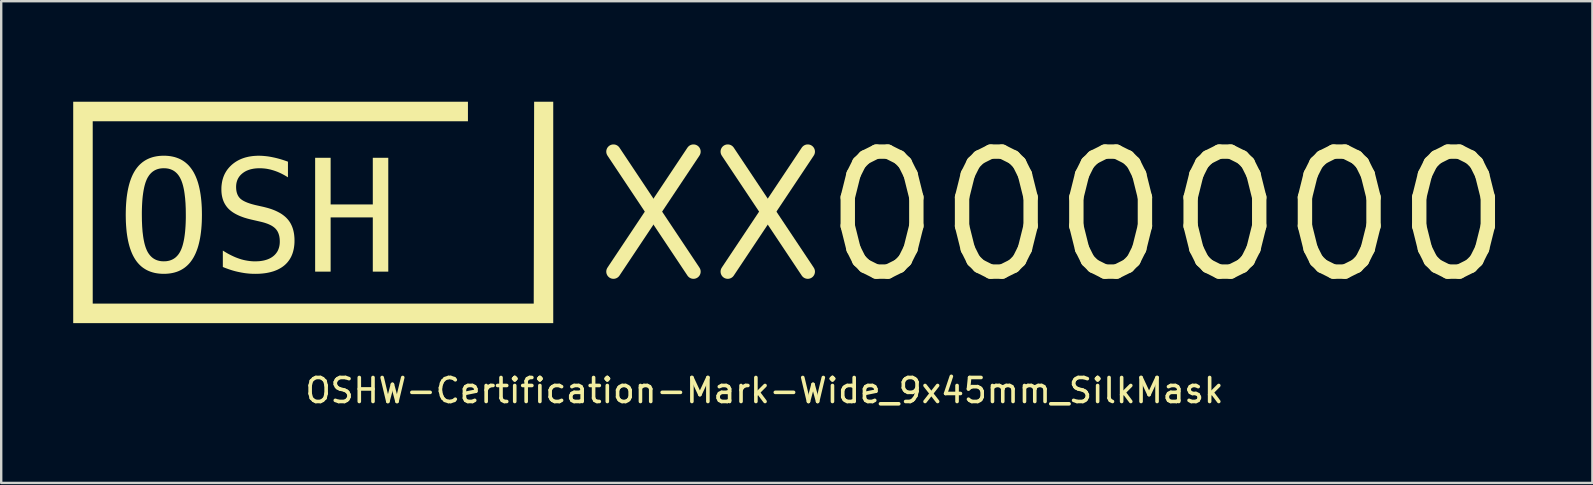
<source format=kicad_pcb>
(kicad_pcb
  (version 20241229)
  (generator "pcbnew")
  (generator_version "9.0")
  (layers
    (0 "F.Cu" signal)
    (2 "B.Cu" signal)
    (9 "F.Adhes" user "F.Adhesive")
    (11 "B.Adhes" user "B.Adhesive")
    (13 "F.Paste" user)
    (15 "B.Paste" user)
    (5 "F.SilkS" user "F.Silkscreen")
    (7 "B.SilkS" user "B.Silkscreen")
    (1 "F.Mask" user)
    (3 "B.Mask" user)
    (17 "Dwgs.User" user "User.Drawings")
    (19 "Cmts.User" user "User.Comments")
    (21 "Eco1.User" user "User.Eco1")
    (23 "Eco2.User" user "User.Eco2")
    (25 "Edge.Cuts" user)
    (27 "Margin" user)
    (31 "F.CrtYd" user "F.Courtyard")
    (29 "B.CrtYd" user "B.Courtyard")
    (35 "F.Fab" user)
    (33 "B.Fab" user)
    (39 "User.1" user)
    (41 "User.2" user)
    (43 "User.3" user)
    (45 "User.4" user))
  (footprint "OSHW-Certification-Mark-Wide_9x45mm_SilkMask"
    (layer "F.Cu")
    (at 28.8 5.385)
    (property "Reference" "OSHW-Certification-Mark-Wide_9x45mm_SilkMask" (at 0.000154 7.838 0) (unlocked yes) (layer "F.SilkS") (effects (font (size 1 1) (thickness 0.15))))
    (attr board_only exclude_from_pos_files exclude_from_bom allow_missing_courtyard)
    (fp_poly (pts (xy -12.032 2.882) (xy -12.639 2.882) (xy -13.284 0.064) (xy -13.925 2.882) (xy -14.532 2.882) (xy -15.241 -1.861) (xy -14.615 -1.861) (xy -14.161 1.989) (xy -13.62 -0.559) (xy -12.95 -0.559) (xy -12.404 1.995) (xy -10.865 -5.385) (xy -10.239 -5.385)) (stroke (width 0) (type solid)) (fill yes) (layer "F.Mask"))
    (fp_poly (pts (xy -23.437 0.515) (xy -23.437 0.515) (xy -23.437 0.515)) (stroke (width 0) (type solid)) (fill yes) (layer "F.SilkS"))
    (fp_poly (pts (xy -19.853 -1.699) (xy -19.853 -1.699) (xy -19.853 -1.699)) (stroke (width 0) (type solid)) (fill yes) (layer "F.SilkS"))
    (fp_poly (pts (xy -8.8 5.028) (xy -28.8 5.028) (xy -28.8 -4.197) (xy -12.354 -4.197) (xy -12.354 -3.383) (xy -27.987 -3.383) (xy -27.987 4.215) (xy -9.613 4.215) (xy -9.596 -4.197) (xy -8.8 -4.197)) (stroke (width 0) (type solid)) (fill yes) (layer "F.SilkS"))
    (fp_poly (pts (xy -18.075 0.083) (xy -16.318 0.083) (xy -16.318 -1.861) (xy -15.673 -1.861) (xy -15.673 2.882) (xy -16.318 2.882) (xy -16.318 0.623) (xy -18.075 0.623) (xy -18.075 2.882) (xy -18.72 2.882) (xy -18.72 -1.861) (xy -18.075 -1.861)) (stroke (width 0) (type solid)) (fill yes) (layer "F.SilkS"))
    (fp_poly (pts (xy -24.927 -1.945) (xy -24.831 -1.938) (xy -24.739 -1.926) (xy -24.65 -1.909) (xy -24.564 -1.888) (xy -24.481 -1.861) (xy -24.401 -1.83) (xy -24.325 -1.795) (xy -24.252 -1.754) (xy -24.182 -1.709) (xy -24.116 -1.659) (xy -24.052 -1.604) (xy -23.992 -1.545) (xy -23.935 -1.48) (xy -23.882 -1.411) (xy -23.831 -1.337) (xy -23.783 -1.259) (xy -23.739 -1.175) (xy -23.697 -1.086) (xy -23.659 -0.993) (xy -23.623 -0.894) (xy -23.591 -0.791) (xy -23.562 -0.683) (xy -23.536 -0.569) (xy -23.513 -0.451) (xy -23.493 -0.328) (xy -23.476 -0.2) (xy -23.462 -0.067) (xy -23.451 0.071) (xy -23.443 0.214) (xy -23.439 0.362) (xy -23.437 0.515) (xy -23.439 0.667) (xy -23.443 0.815) (xy -23.451 0.957) (xy -23.462 1.095) (xy -23.476 1.228) (xy -23.493 1.355) (xy -23.513 1.478) (xy -23.536 1.596) (xy -23.562 1.709) (xy -23.591 1.818) (xy -23.623 1.921) (xy -23.659 2.019) (xy -23.697 2.113) (xy -23.739 2.201) (xy -23.783 2.285) (xy -23.831 2.364) (xy -23.856 2.401) (xy -23.882 2.437) (xy -23.908 2.473) (xy -23.935 2.507) (xy -23.963 2.539) (xy -23.992 2.571) (xy -24.022 2.601) (xy -24.052 2.63) (xy -24.084 2.658) (xy -24.116 2.685) (xy -24.149 2.711) (xy -24.182 2.735) (xy -24.217 2.758) (xy -24.252 2.78) (xy -24.288 2.801) (xy -24.325 2.821) (xy -24.363 2.839) (xy -24.401 2.857) (xy -24.441 2.873) (xy -24.481 2.888) (xy -24.522 2.901) (xy -24.564 2.914) (xy -24.606 2.925) (xy -24.65 2.935) (xy -24.694 2.944) (xy -24.739 2.952) (xy -24.831 2.964) (xy -24.927 2.971) (xy -25.026 2.973) (xy -25.124 2.971) (xy -25.22 2.964) (xy -25.312 2.952) (xy -25.402 2.936) (xy -25.488 2.914) (xy -25.57 2.888) (xy -25.65 2.857) (xy -25.726 2.822) (xy -25.799 2.781) (xy -25.869 2.736) (xy -25.936 2.687) (xy -25.999 2.632) (xy -26.059 2.573) (xy -26.116 2.509) (xy -26.17 2.44) (xy -26.22 2.367) (xy -26.267 2.288) (xy -26.312 2.205) (xy -26.353 2.117) (xy -26.391 2.023) (xy -26.426 1.925) (xy -26.458 1.822) (xy -26.487 1.714) (xy -26.513 1.6) (xy -26.536 1.482) (xy -26.556 1.359) (xy -26.573 1.231) (xy -26.586 1.097) (xy -26.597 0.959) (xy -26.605 0.816) (xy -26.609 0.668) (xy -26.611 0.515) (xy -25.94 0.515) (xy -25.937 0.766) (xy -25.927 0.999) (xy -25.911 1.213) (xy -25.887 1.408) (xy -25.873 1.499) (xy -25.857 1.585) (xy -25.84 1.667) (xy -25.821 1.744) (xy -25.8 1.816) (xy -25.778 1.883) (xy -25.753 1.946) (xy -25.728 2.005) (xy -25.7 2.059) (xy -25.685 2.085) (xy -25.669 2.11) (xy -25.654 2.134) (xy -25.637 2.157) (xy -25.62 2.179) (xy -25.603 2.201) (xy -25.585 2.221) (xy -25.566 2.241) (xy -25.547 2.26) (xy -25.528 2.278) (xy -25.508 2.295) (xy -25.487 2.311) (xy -25.466 2.326) (xy -25.444 2.341) (xy -25.422 2.354) (xy -25.399 2.367) (xy -25.376 2.379) (xy -25.352 2.39) (xy -25.328 2.4) (xy -25.303 2.409) (xy -25.278 2.417) (xy -25.252 2.424) (xy -25.225 2.431) (xy -25.198 2.437) (xy -25.171 2.442) (xy -25.143 2.445) (xy -25.114 2.449) (xy -25.085 2.451) (xy -25.026 2.452) (xy -24.966 2.451) (xy -24.908 2.446) (xy -24.852 2.437) (xy -24.798 2.425) (xy -24.747 2.409) (xy -24.698 2.39) (xy -24.65 2.367) (xy -24.605 2.341) (xy -24.563 2.312) (xy -24.522 2.279) (xy -24.484 2.242) (xy -24.447 2.202) (xy -24.413 2.159) (xy -24.381 2.112) (xy -24.351 2.062) (xy -24.324 2.008) (xy -24.297 1.949) (xy -24.273 1.886) (xy -24.25 1.819) (xy -24.229 1.746) (xy -24.21 1.669) (xy -24.192 1.588) (xy -24.176 1.502) (xy -24.162 1.411) (xy -24.149 1.315) (xy -24.138 1.215) (xy -24.129 1.11) (xy -24.121 1) (xy -24.115 0.886) (xy -24.111 0.767) (xy -24.108 0.643) (xy -24.108 0.515) (xy -24.111 0.263) (xy -24.121 0.03) (xy -24.138 -0.185) (xy -24.162 -0.381) (xy -24.176 -0.472) (xy -24.192 -0.558) (xy -24.21 -0.64) (xy -24.229 -0.717) (xy -24.25 -0.789) (xy -24.273 -0.857) (xy -24.297 -0.92) (xy -24.324 -0.978) (xy -24.351 -1.033) (xy -24.366 -1.058) (xy -24.381 -1.083) (xy -24.397 -1.107) (xy -24.413 -1.131) (xy -24.43 -1.153) (xy -24.447 -1.174) (xy -24.465 -1.195) (xy -24.484 -1.215) (xy -24.503 -1.233) (xy -24.522 -1.251) (xy -24.542 -1.268) (xy -24.563 -1.285) (xy -24.584 -1.3) (xy -24.605 -1.314) (xy -24.628 -1.328) (xy -24.65 -1.341) (xy -24.674 -1.352) (xy -24.698 -1.363) (xy -24.722 -1.373) (xy -24.747 -1.383) (xy -24.772 -1.391) (xy -24.798 -1.398) (xy -24.825 -1.405) (xy -24.852 -1.411) (xy -24.879 -1.415) (xy -24.908 -1.419) (xy -24.936 -1.422) (xy -24.966 -1.424) (xy -25.026 -1.426) (xy -25.085 -1.424) (xy -25.143 -1.419) (xy -25.198 -1.411) (xy -25.252 -1.398) (xy -25.303 -1.383) (xy -25.352 -1.363) (xy -25.399 -1.341) (xy -25.444 -1.314) (xy -25.487 -1.285) (xy -25.528 -1.251) (xy -25.566 -1.215) (xy -25.603 -1.174) (xy -25.637 -1.131) (xy -25.669 -1.083) (xy -25.7 -1.033) (xy -25.728 -0.978) (xy -25.753 -0.92) (xy -25.778 -0.857) (xy -25.8 -0.789) (xy -25.821 -0.717) (xy -25.84 -0.64) (xy -25.857 -0.558) (xy -25.873 -0.472) (xy -25.887 -0.381) (xy -25.9 -0.285) (xy -25.911 -0.185) (xy -25.92 -0.08) (xy -25.927 0.029) (xy -25.933 0.144) (xy -25.937 0.263) (xy -25.94 0.386) (xy -25.94 0.515) (xy -26.611 0.515) (xy -26.611 0.515) (xy -26.609 0.362) (xy -26.605 0.214) (xy -26.597 0.071) (xy -26.586 -0.067) (xy -26.573 -0.2) (xy -26.556 -0.328) (xy -26.536 -0.451) (xy -26.513 -0.569) (xy -26.487 -0.683) (xy -26.458 -0.791) (xy -26.426 -0.894) (xy -26.391 -0.993) (xy -26.353 -1.086) (xy -26.312 -1.175) (xy -26.267 -1.259) (xy -26.22 -1.337) (xy -26.195 -1.375) (xy -26.169 -1.411) (xy -26.143 -1.446) (xy -26.115 -1.48) (xy -26.087 -1.513) (xy -26.058 -1.545) (xy -26.028 -1.575) (xy -25.998 -1.604) (xy -25.966 -1.632) (xy -25.934 -1.659) (xy -25.901 -1.685) (xy -25.867 -1.709) (xy -25.833 -1.732) (xy -25.798 -1.754) (xy -25.761 -1.775) (xy -25.724 -1.795) (xy -25.687 -1.813) (xy -25.648 -1.83) (xy -25.609 -1.847) (xy -25.569 -1.861) (xy -25.528 -1.875) (xy -25.486 -1.888) (xy -25.444 -1.899) (xy -25.4 -1.909) (xy -25.312 -1.926) (xy -25.219 -1.938) (xy -25.124 -1.945) (xy -25.026 -1.947)) (stroke (width 0) (type solid)) (fill yes) (layer "F.SilkS"))
    (fp_poly (pts (xy -20.995 -1.945) (xy -20.925 -1.942) (xy -20.854 -1.937) (xy -20.783 -1.93) (xy -20.711 -1.922) (xy -20.637 -1.911) (xy -20.563 -1.898) (xy -20.488 -1.883) (xy -20.412 -1.867) (xy -20.335 -1.849) (xy -20.258 -1.829) (xy -20.179 -1.807) (xy -20.099 -1.783) (xy -20.018 -1.757) (xy -19.936 -1.729) (xy -19.853 -1.699) (xy -19.853 -1.047) (xy -19.926 -1.093) (xy -19.999 -1.135) (xy -20.073 -1.175) (xy -20.146 -1.212) (xy -20.22 -1.246) (xy -20.293 -1.277) (xy -20.367 -1.305) (xy -20.441 -1.33) (xy -20.514 -1.352) (xy -20.587 -1.372) (xy -20.661 -1.388) (xy -20.734 -1.402) (xy -20.808 -1.412) (xy -20.883 -1.419) (xy -20.957 -1.424) (xy -21.032 -1.425) (xy -21.088 -1.425) (xy -21.142 -1.422) (xy -21.195 -1.418) (xy -21.247 -1.412) (xy -21.297 -1.405) (xy -21.345 -1.395) (xy -21.393 -1.385) (xy -21.438 -1.372) (xy -21.482 -1.358) (xy -21.525 -1.342) (xy -21.566 -1.325) (xy -21.606 -1.306) (xy -21.644 -1.285) (xy -21.681 -1.262) (xy -21.716 -1.238) (xy -21.749 -1.213) (xy -21.781 -1.186) (xy -21.811 -1.158) (xy -21.839 -1.129) (xy -21.865 -1.098) (xy -21.889 -1.067) (xy -21.91 -1.034) (xy -21.93 -1.001) (xy -21.947 -0.966) (xy -21.963 -0.929) (xy -21.976 -0.892) (xy -21.987 -0.854) (xy -21.997 -0.814) (xy -22.004 -0.773) (xy -22.009 -0.731) (xy -22.012 -0.688) (xy -22.013 -0.644) (xy -22.012 -0.605) (xy -22.01 -0.568) (xy -22.007 -0.531) (xy -22.002 -0.496) (xy -21.996 -0.462) (xy -21.989 -0.429) (xy -21.98 -0.397) (xy -21.97 -0.367) (xy -21.959 -0.337) (xy -21.946 -0.309) (xy -21.932 -0.282) (xy -21.917 -0.256) (xy -21.9 -0.231) (xy -21.882 -0.208) (xy -21.862 -0.185) (xy -21.842 -0.164) (xy -21.819 -0.144) (xy -21.793 -0.124) (xy -21.766 -0.104) (xy -21.736 -0.085) (xy -21.703 -0.066) (xy -21.669 -0.048) (xy -21.632 -0.03) (xy -21.592 -0.013) (xy -21.551 0.005) (xy -21.507 0.021) (xy -21.46 0.037) (xy -21.412 0.053) (xy -21.361 0.069) (xy -21.307 0.083) (xy -21.252 0.098) (xy -21.194 0.112) (xy -20.857 0.188) (xy -20.775 0.209) (xy -20.696 0.23) (xy -20.619 0.253) (xy -20.546 0.277) (xy -20.475 0.303) (xy -20.407 0.33) (xy -20.342 0.359) (xy -20.28 0.389) (xy -20.221 0.42) (xy -20.164 0.452) (xy -20.111 0.486) (xy -20.06 0.522) (xy -20.012 0.559) (xy -19.967 0.597) (xy -19.924 0.637) (xy -19.885 0.678) (xy -19.848 0.72) (xy -19.813 0.765) (xy -19.781 0.811) (xy -19.751 0.859) (xy -19.724 0.91) (xy -19.699 0.962) (xy -19.676 1.016) (xy -19.656 1.071) (xy -19.638 1.129) (xy -19.623 1.189) (xy -19.61 1.25) (xy -19.599 1.314) (xy -19.591 1.379) (xy -19.585 1.446) (xy -19.581 1.515) (xy -19.58 1.586) (xy -19.581 1.669) (xy -19.586 1.75) (xy -19.595 1.829) (xy -19.606 1.904) (xy -19.621 1.978) (xy -19.639 2.048) (xy -19.66 2.117) (xy -19.685 2.183) (xy -19.712 2.246) (xy -19.744 2.307) (xy -19.778 2.365) (xy -19.816 2.421) (xy -19.857 2.474) (xy -19.901 2.525) (xy -19.948 2.573) (xy -19.999 2.619) (xy -20.053 2.662) (xy -20.11 2.702) (xy -20.17 2.739) (xy -20.233 2.774) (xy -20.298 2.806) (xy -20.367 2.835) (xy -20.439 2.862) (xy -20.514 2.885) (xy -20.591 2.906) (xy -20.672 2.924) (xy -20.756 2.94) (xy -20.843 2.952) (xy -20.932 2.962) (xy -21.025 2.969) (xy -21.12 2.973) (xy -21.219 2.974) (xy -21.302 2.973) (xy -21.386 2.97) (xy -21.47 2.964) (xy -21.553 2.956) (xy -21.637 2.946) (xy -21.721 2.933) (xy -21.805 2.918) (xy -21.889 2.901) (xy -21.973 2.883) (xy -22.058 2.862) (xy -22.142 2.839) (xy -22.227 2.813) (xy -22.311 2.785) (xy -22.396 2.755) (xy -22.481 2.723) (xy -22.566 2.688) (xy -22.566 2.005) (xy -22.475 2.061) (xy -22.386 2.114) (xy -22.298 2.162) (xy -22.211 2.206) (xy -22.125 2.247) (xy -22.041 2.284) (xy -21.958 2.316) (xy -21.877 2.345) (xy -21.795 2.371) (xy -21.713 2.393) (xy -21.631 2.411) (xy -21.549 2.426) (xy -21.466 2.438) (xy -21.384 2.447) (xy -21.302 2.452) (xy -21.219 2.453) (xy -21.159 2.452) (xy -21.101 2.45) (xy -21.044 2.446) (xy -20.989 2.44) (xy -20.936 2.432) (xy -20.885 2.423) (xy -20.835 2.412) (xy -20.787 2.399) (xy -20.741 2.385) (xy -20.696 2.369) (xy -20.653 2.351) (xy -20.611 2.332) (xy -20.572 2.311) (xy -20.534 2.288) (xy -20.497 2.263) (xy -20.463 2.237) (xy -20.43 2.209) (xy -20.4 2.18) (xy -20.371 2.149) (xy -20.345 2.117) (xy -20.321 2.084) (xy -20.298 2.049) (xy -20.278 2.013) (xy -20.26 1.975) (xy -20.245 1.936) (xy -20.231 1.896) (xy -20.219 1.855) (xy -20.21 1.812) (xy -20.202 1.768) (xy -20.197 1.722) (xy -20.194 1.676) (xy -20.193 1.627) (xy -20.194 1.584) (xy -20.196 1.541) (xy -20.199 1.5) (xy -20.205 1.46) (xy -20.211 1.421) (xy -20.219 1.384) (xy -20.229 1.348) (xy -20.24 1.314) (xy -20.252 1.28) (xy -20.266 1.248) (xy -20.281 1.218) (xy -20.298 1.188) (xy -20.317 1.16) (xy -20.336 1.134) (xy -20.358 1.108) (xy -20.38 1.084) (xy -20.404 1.061) (xy -20.431 1.039) (xy -20.459 1.017) (xy -20.49 0.996) (xy -20.522 0.975) (xy -20.557 0.956) (xy -20.594 0.937) (xy -20.634 0.918) (xy -20.675 0.9) (xy -20.719 0.883) (xy -20.764 0.867) (xy -20.812 0.851) (xy -20.862 0.836) (xy -20.914 0.822) (xy -20.969 0.808) (xy -21.025 0.795) (xy -21.368 0.716) (xy -21.449 0.696) (xy -21.528 0.676) (xy -21.603 0.654) (xy -21.676 0.632) (xy -21.746 0.607) (xy -21.813 0.582) (xy -21.877 0.556) (xy -21.938 0.528) (xy -21.997 0.499) (xy -22.053 0.469) (xy -22.106 0.438) (xy -22.156 0.406) (xy -22.203 0.372) (xy -22.247 0.338) (xy -22.289 0.302) (xy -22.328 0.265) (xy -22.364 0.226) (xy -22.398 0.186) (xy -22.429 0.144) (xy -22.458 0.101) (xy -22.485 0.056) (xy -22.51 0.009) (xy -22.532 -0.039) (xy -22.552 -0.089) (xy -22.569 -0.14) (xy -22.584 -0.193) (xy -22.597 -0.248) (xy -22.608 -0.304) (xy -22.616 -0.362) (xy -22.622 -0.422) (xy -22.625 -0.483) (xy -22.626 -0.545) (xy -22.625 -0.624) (xy -22.62 -0.7) (xy -22.611 -0.775) (xy -22.6 -0.847) (xy -22.585 -0.918) (xy -22.566 -0.986) (xy -22.545 -1.053) (xy -22.52 -1.117) (xy -22.492 -1.18) (xy -22.46 -1.24) (xy -22.425 -1.299) (xy -22.387 -1.356) (xy -22.345 -1.41) (xy -22.3 -1.463) (xy -22.252 -1.513) (xy -22.201 -1.562) (xy -22.146 -1.609) (xy -22.089 -1.652) (xy -22.03 -1.693) (xy -21.969 -1.73) (xy -21.905 -1.765) (xy -21.84 -1.796) (xy -21.772 -1.825) (xy -21.702 -1.85) (xy -21.63 -1.873) (xy -21.555 -1.892) (xy -21.479 -1.909) (xy -21.4 -1.922) (xy -21.319 -1.933) (xy -21.236 -1.94) (xy -21.151 -1.945) (xy -21.063 -1.946)) (stroke (width 0) (type solid)) (fill yes) (layer "F.SilkS"))
    (fp_text user "XX000000" (at -7.4 0.6 0) (unlocked yes) (layer "F.SilkS") (effects (font (size 5 5) (thickness 0.6)) (justify left))))
  (gr_rect
    (start -3 -3)
    (end 63.295 17.071)
    (stroke (width 0.1) (type default))
    (fill no)
    (layer "Edge.Cuts")))
</source>
